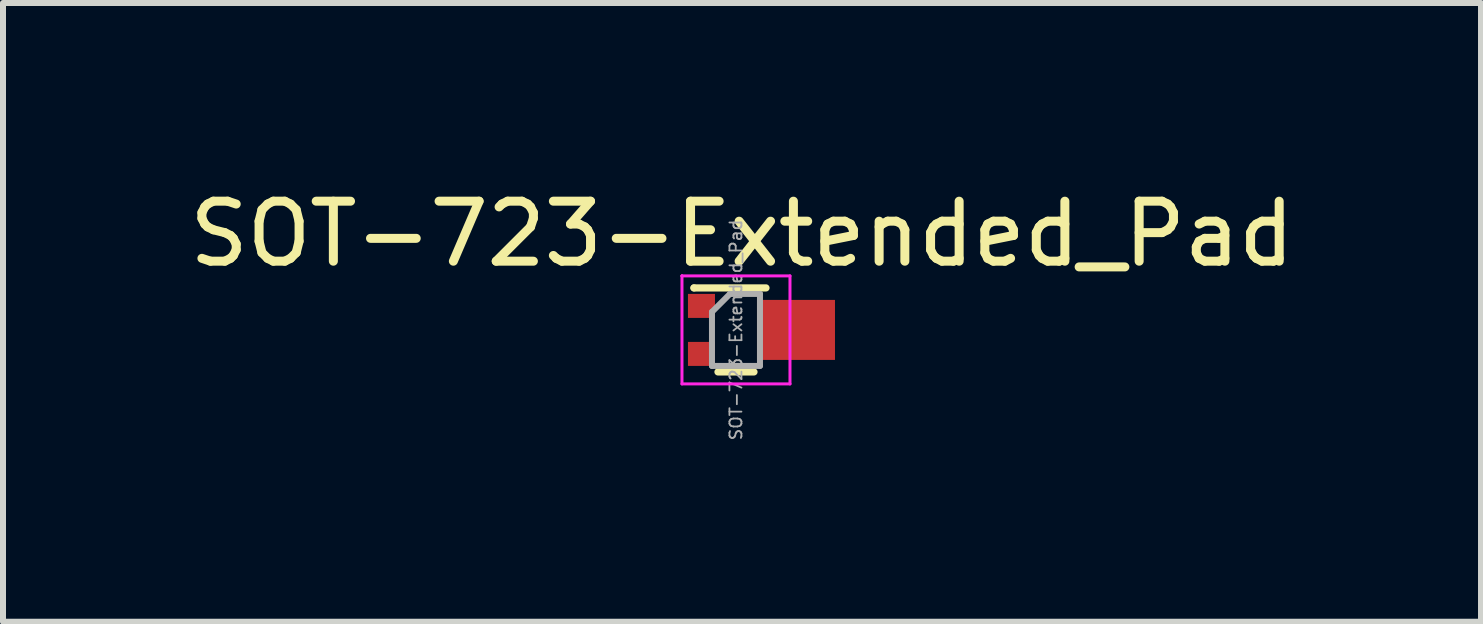
<source format=kicad_pcb>
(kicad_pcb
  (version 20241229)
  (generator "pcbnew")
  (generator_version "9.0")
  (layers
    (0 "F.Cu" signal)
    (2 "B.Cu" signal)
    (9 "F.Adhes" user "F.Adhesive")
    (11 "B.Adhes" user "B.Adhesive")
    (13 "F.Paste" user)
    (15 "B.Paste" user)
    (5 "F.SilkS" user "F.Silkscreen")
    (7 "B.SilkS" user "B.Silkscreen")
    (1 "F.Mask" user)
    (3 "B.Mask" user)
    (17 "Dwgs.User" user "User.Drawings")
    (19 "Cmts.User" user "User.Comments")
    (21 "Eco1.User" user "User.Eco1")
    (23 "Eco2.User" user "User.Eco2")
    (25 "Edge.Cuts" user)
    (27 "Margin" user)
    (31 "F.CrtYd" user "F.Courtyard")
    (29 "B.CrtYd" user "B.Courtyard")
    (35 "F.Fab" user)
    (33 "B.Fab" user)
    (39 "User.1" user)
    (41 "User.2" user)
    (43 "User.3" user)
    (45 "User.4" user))
  (footprint "SOT-723-Extended_Pad"
    (layer "F.Cu")
    (at 9.215 2.448)
    (property "Reference" "SOT-723-Extended_Pad" (at 0.1 -1.6 0) (layer "F.SilkS") (effects (font (size 1 1) (thickness 0.15))))
    (attr smd)
    (fp_line (start -0.7 -0.7) (end -0.7 -0.7) (stroke (width 0.12) (type solid)) (layer "F.SilkS"))
    (fp_line (start 0.3 0.7) (end -0.3 0.7) (stroke (width 0.12) (type solid)) (layer "F.SilkS"))
    (fp_line (start 0.5 -0.7) (end -0.7 -0.7) (stroke (width 0.12) (type solid)) (layer "F.SilkS"))
    (fp_line (start -0.9 -0.9) (end -0.9 -0.9) (stroke (width 0.05) (type solid)) (layer "F.CrtYd"))
    (fp_line (start -0.9 -0.9) (end 0.9 -0.9) (stroke (width 0.05) (type solid)) (layer "F.CrtYd"))
    (fp_line (start -0.9 0.9) (end -0.9 -0.9) (stroke (width 0.05) (type solid)) (layer "F.CrtYd"))
    (fp_line (start 0.9 -0.9) (end 0.9 0.9) (stroke (width 0.05) (type solid)) (layer "F.CrtYd"))
    (fp_line (start 0.9 0.9) (end -0.9 0.9) (stroke (width 0.05) (type solid)) (layer "F.CrtYd"))
    (fp_line (start -0.4 -0.3) (end -0.1 -0.6) (stroke (width 0.1) (type solid)) (layer "F.Fab"))
    (fp_line (start -0.4 0.6) (end -0.4 -0.3) (stroke (width 0.1) (type solid)) (layer "F.Fab"))
    (fp_line (start -0.1 -0.6) (end 0.4 -0.6) (stroke (width 0.1) (type solid)) (layer "F.Fab"))
    (fp_line (start 0.4 -0.6) (end 0.4 0.6) (stroke (width 0.1) (type solid)) (layer "F.Fab"))
    (fp_line (start 0.4 0.6) (end -0.4 0.6) (stroke (width 0.1) (type solid)) (layer "F.Fab"))
    (fp_text user "${REFERENCE}" (at 0 0 90) (layer "F.Fab") (effects (font (size 0.2 0.2) (thickness 0.03))))
    (pad "1" smd rect (at -0.575 -0.4) (size 0.45 0.4) (layers "F.Cu" "F.Mask" "F.Paste"))
    (pad "2" smd rect (at -0.575 0.4) (size 0.45 0.4) (layers "F.Cu" "F.Mask" "F.Paste"))
    (pad "3" smd rect (at 1 0) (size 1.3 1) (layers "F.Cu" "F.Mask" "F.Paste")))
  (gr_rect
    (start -3 -3)
    (end 21.631 7.311)
    (stroke (width 0.1) (type default))
    (fill no)
    (layer "Edge.Cuts")))
</source>
